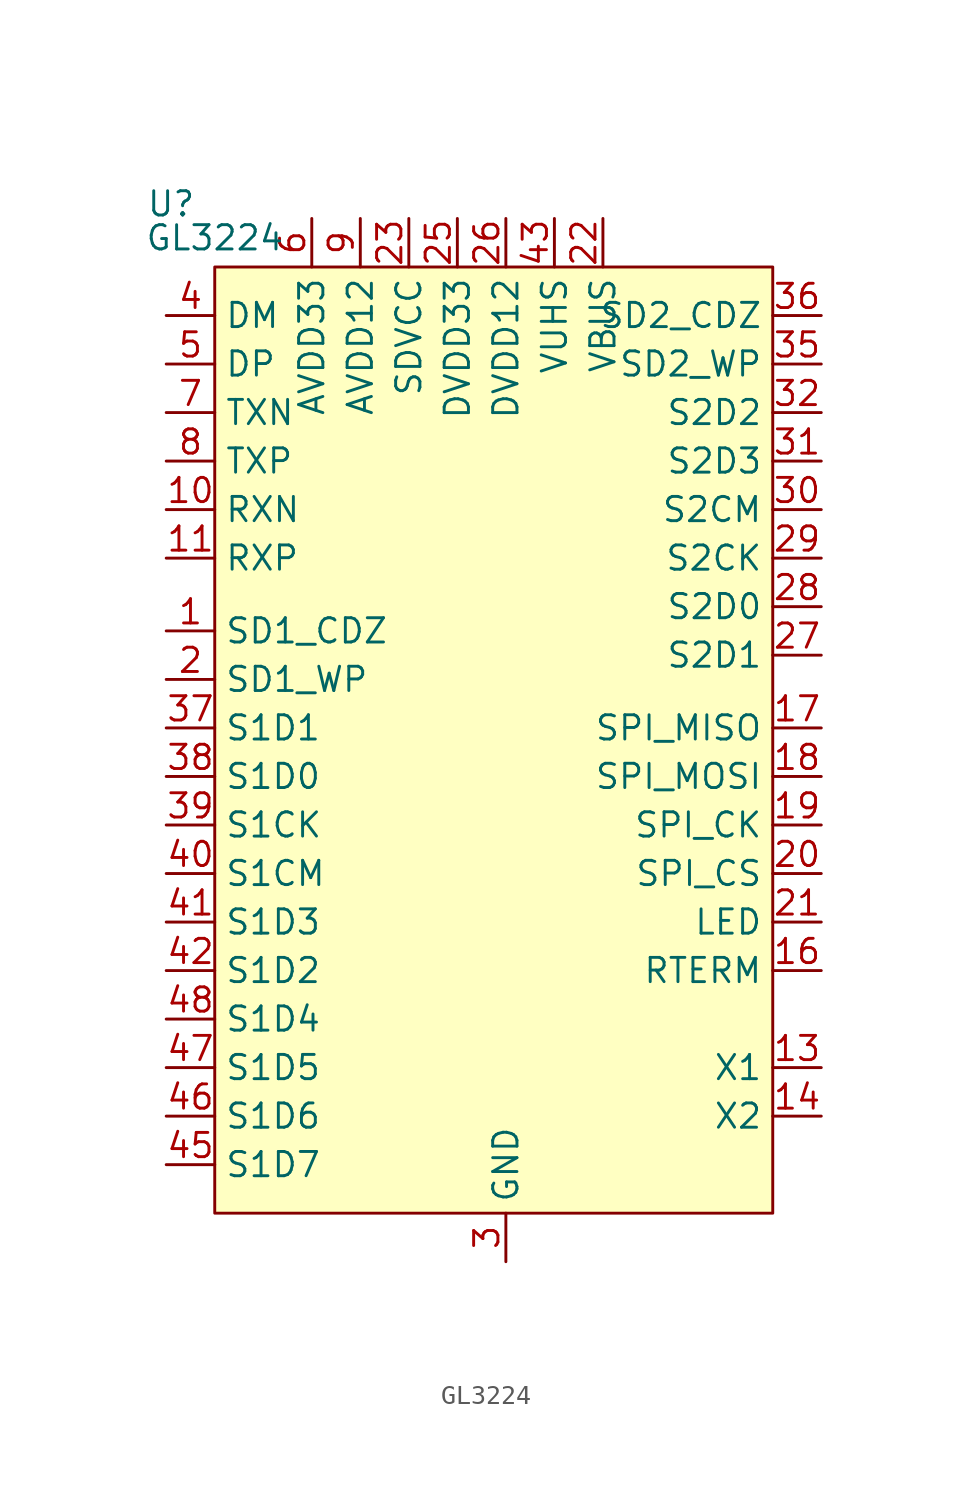
<source format=kicad_sym>
(kicad_symbol_lib
  (version 20231120)
  (generator "kicad_symbol_editor")
  (generator_version "8.0")
  (symbol "GL3224"
    (property "Reference" "U"
      (at -2.286 2.032 0)
      (effects (font (size 1.27 1.27))))
    (property "Value" "GL3224"
      (at 0 0.254 0)
      (effects (font (size 1.27 1.27))))
    (symbol "GL3224_1_1"
      (rectangle (start 0 -1.27) (end 29.21 -50.8) (stroke (width 0) (type default)) (fill (type background)))
      (pin bidirectional line (at -2.54 -20.32 0) (length 2.54) (name "SD1_CDZ" (effects (font (size 1.27 1.27)))) (number "1" (effects (font (size 1.27 1.27)))))
      (pin bidirectional line (at -2.54 -13.97 0) (length 2.54) (name "RXN" (effects (font (size 1.27 1.27)))) (number "10" (effects (font (size 1.27 1.27)))))
      (pin bidirectional line (at -2.54 -16.51 0) (length 2.54) (name "RXP" (effects (font (size 1.27 1.27)))) (number "11" (effects (font (size 1.27 1.27)))))
      (pin power_in line (at 15.24 -53.34 90) (length 2.54) hide (name "GND" (effects (font (size 1.27 1.27)))) (number "12" (effects (font (size 1.27 1.27)))))
      (pin bidirectional line (at 31.75 -43.18 180) (length 2.54) (name "X1" (effects (font (size 1.27 1.27)))) (number "13" (effects (font (size 1.27 1.27)))))
      (pin bidirectional line (at 31.75 -45.72 180) (length 2.54) (name "X2" (effects (font (size 1.27 1.27)))) (number "14" (effects (font (size 1.27 1.27)))))
      (pin power_in line (at 5.08 1.27 270) (length 2.54) hide (name "AVDD33" (effects (font (size 1.27 1.27)))) (number "15" (effects (font (size 1.27 1.27)))))
      (pin bidirectional line (at 31.75 -38.1 180) (length 2.54) (name "RTERM" (effects (font (size 1.27 1.27)))) (number "16" (effects (font (size 1.27 1.27)))))
      (pin bidirectional line (at 31.75 -25.4 180) (length 2.54) (name "SPI_MISO" (effects (font (size 1.27 1.27)))) (number "17" (effects (font (size 1.27 1.27)))))
      (pin bidirectional line (at 31.75 -27.94 180) (length 2.54) (name "SPI_MOSI" (effects (font (size 1.27 1.27)))) (number "18" (effects (font (size 1.27 1.27)))))
      (pin bidirectional line (at 31.75 -30.48 180) (length 2.54) (name "SPI_CK" (effects (font (size 1.27 1.27)))) (number "19" (effects (font (size 1.27 1.27)))))
      (pin bidirectional line (at -2.54 -22.86 0) (length 2.54) (name "SD1_WP" (effects (font (size 1.27 1.27)))) (number "2" (effects (font (size 1.27 1.27)))))
      (pin bidirectional line (at 31.75 -33.02 180) (length 2.54) (name "SPI_CS" (effects (font (size 1.27 1.27)))) (number "20" (effects (font (size 1.27 1.27)))))
      (pin bidirectional line (at 31.75 -35.56 180) (length 2.54) (name "LED" (effects (font (size 1.27 1.27)))) (number "21" (effects (font (size 1.27 1.27)))))
      (pin power_in line (at 20.32 1.27 270) (length 2.54) (name "VBUS" (effects (font (size 1.27 1.27)))) (number "22" (effects (font (size 1.27 1.27)))))
      (pin power_out line (at 10.16 1.27 270) (length 2.54) (name "SDVCC" (effects (font (size 1.27 1.27)))) (number "23" (effects (font (size 1.27 1.27)))))
      (pin power_out line (at 10.16 1.27 270) (length 2.54) hide (name "SDVCC" (effects (font (size 1.27 1.27)))) (number "24" (effects (font (size 1.27 1.27)))))
      (pin power_in line (at 12.7 1.27 270) (length 2.54) (name "DVDD33" (effects (font (size 1.27 1.27)))) (number "25" (effects (font (size 1.27 1.27)))))
      (pin power_in line (at 15.24 1.27 270) (length 2.54) (name "DVDD12" (effects (font (size 1.27 1.27)))) (number "26" (effects (font (size 1.27 1.27)))))
      (pin bidirectional line (at 31.75 -21.59 180) (length 2.54) (name "S2D1" (effects (font (size 1.27 1.27)))) (number "27" (effects (font (size 1.27 1.27)))))
      (pin bidirectional line (at 31.75 -19.05 180) (length 2.54) (name "S2D0" (effects (font (size 1.27 1.27)))) (number "28" (effects (font (size 1.27 1.27)))))
      (pin bidirectional line (at 31.75 -16.51 180) (length 2.54) (name "S2CK" (effects (font (size 1.27 1.27)))) (number "29" (effects (font (size 1.27 1.27)))))
      (pin power_in line (at 15.24 -53.34 90) (length 2.54) (name "GND" (effects (font (size 1.27 1.27)))) (number "3" (effects (font (size 1.27 1.27)))))
      (pin bidirectional line (at 31.75 -13.97 180) (length 2.54) (name "S2CM" (effects (font (size 1.27 1.27)))) (number "30" (effects (font (size 1.27 1.27)))))
      (pin bidirectional line (at 31.75 -11.43 180) (length 2.54) (name "S2D3" (effects (font (size 1.27 1.27)))) (number "31" (effects (font (size 1.27 1.27)))))
      (pin bidirectional line (at 31.75 -8.89 180) (length 2.54) (name "S2D2" (effects (font (size 1.27 1.27)))) (number "32" (effects (font (size 1.27 1.27)))))
      (pin power_out line (at 17.78 1.27 270) (length 2.54) hide (name "VUHS" (effects (font (size 1.27 1.27)))) (number "33" (effects (font (size 1.27 1.27)))))
      (pin power_in line (at 12.7 1.27 270) (length 2.54) hide (name "DVDD33" (effects (font (size 1.27 1.27)))) (number "34" (effects (font (size 1.27 1.27)))))
      (pin bidirectional line (at 31.75 -6.35 180) (length 2.54) (name "SD2_WP" (effects (font (size 1.27 1.27)))) (number "35" (effects (font (size 1.27 1.27)))))
      (pin bidirectional line (at 31.75 -3.81 180) (length 2.54) (name "SD2_CDZ" (effects (font (size 1.27 1.27)))) (number "36" (effects (font (size 1.27 1.27)))))
      (pin bidirectional line (at -2.54 -25.4 0) (length 2.54) (name "S1D1" (effects (font (size 1.27 1.27)))) (number "37" (effects (font (size 1.27 1.27)))))
      (pin bidirectional line (at -2.54 -27.94 0) (length 2.54) (name "S1D0" (effects (font (size 1.27 1.27)))) (number "38" (effects (font (size 1.27 1.27)))))
      (pin bidirectional line (at -2.54 -30.48 0) (length 2.54) (name "S1CK" (effects (font (size 1.27 1.27)))) (number "39" (effects (font (size 1.27 1.27)))))
      (pin bidirectional line (at -2.54 -3.81 0) (length 2.54) (name "DM" (effects (font (size 1.27 1.27)))) (number "4" (effects (font (size 1.27 1.27)))))
      (pin bidirectional line (at -2.54 -33.02 0) (length 2.54) (name "S1CM" (effects (font (size 1.27 1.27)))) (number "40" (effects (font (size 1.27 1.27)))))
      (pin bidirectional line (at -2.54 -35.56 0) (length 2.54) (name "S1D3" (effects (font (size 1.27 1.27)))) (number "41" (effects (font (size 1.27 1.27)))))
      (pin bidirectional line (at -2.54 -38.1 0) (length 2.54) (name "S1D2" (effects (font (size 1.27 1.27)))) (number "42" (effects (font (size 1.27 1.27)))))
      (pin power_out line (at 17.78 1.27 270) (length 2.54) (name "VUHS" (effects (font (size 1.27 1.27)))) (number "43" (effects (font (size 1.27 1.27)))))
      (pin power_in line (at 12.7 1.27 270) (length 2.54) hide (name "DVDD33" (effects (font (size 1.27 1.27)))) (number "44" (effects (font (size 1.27 1.27)))))
      (pin bidirectional line (at -2.54 -48.26 0) (length 2.54) (name "S1D7" (effects (font (size 1.27 1.27)))) (number "45" (effects (font (size 1.27 1.27)))))
      (pin bidirectional line (at -2.54 -45.72 0) (length 2.54) (name "S1D6" (effects (font (size 1.27 1.27)))) (number "46" (effects (font (size 1.27 1.27)))))
      (pin bidirectional line (at -2.54 -43.18 0) (length 2.54) (name "S1D5" (effects (font (size 1.27 1.27)))) (number "47" (effects (font (size 1.27 1.27)))))
      (pin bidirectional line (at -2.54 -40.64 0) (length 2.54) (name "S1D4" (effects (font (size 1.27 1.27)))) (number "48" (effects (font (size 1.27 1.27)))))
      (pin power_in line (at 15.24 -53.34 90) (length 2.54) hide (name "GND" (effects (font (size 1.27 1.27)))) (number "49" (effects (font (size 1.27 1.27)))))
      (pin bidirectional line (at -2.54 -6.35 0) (length 2.54) (name "DP" (effects (font (size 1.27 1.27)))) (number "5" (effects (font (size 1.27 1.27)))))
      (pin power_in line (at 5.08 1.27 270) (length 2.54) (name "AVDD33" (effects (font (size 1.27 1.27)))) (number "6" (effects (font (size 1.27 1.27)))))
      (pin bidirectional line (at -2.54 -8.89 0) (length 2.54) (name "TXN" (effects (font (size 1.27 1.27)))) (number "7" (effects (font (size 1.27 1.27)))))
      (pin bidirectional line (at -2.54 -11.43 0) (length 2.54) (name "TXP" (effects (font (size 1.27 1.27)))) (number "8" (effects (font (size 1.27 1.27)))))
      (pin power_in line (at 7.62 1.27 270) (length 2.54) (name "AVDD12" (effects (font (size 1.27 1.27)))) (number "9" (effects (font (size 1.27 1.27))))))))
</source>
